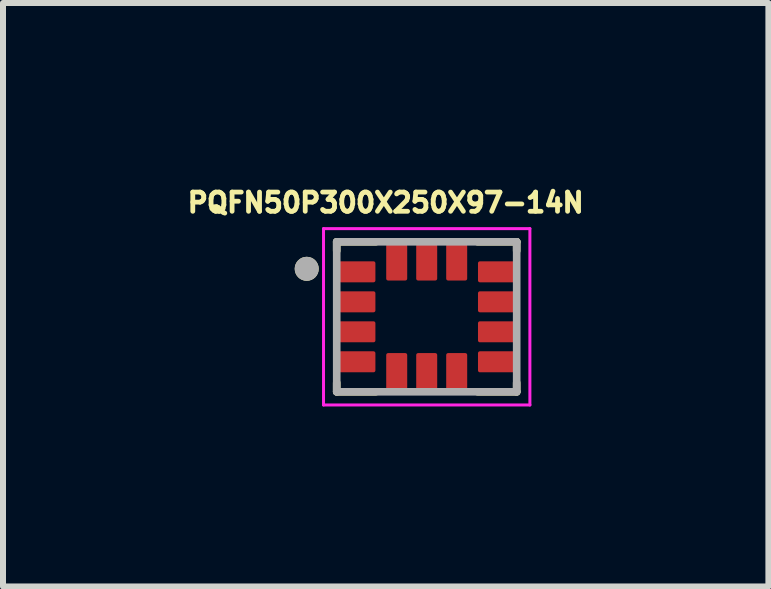
<source format=kicad_pcb>
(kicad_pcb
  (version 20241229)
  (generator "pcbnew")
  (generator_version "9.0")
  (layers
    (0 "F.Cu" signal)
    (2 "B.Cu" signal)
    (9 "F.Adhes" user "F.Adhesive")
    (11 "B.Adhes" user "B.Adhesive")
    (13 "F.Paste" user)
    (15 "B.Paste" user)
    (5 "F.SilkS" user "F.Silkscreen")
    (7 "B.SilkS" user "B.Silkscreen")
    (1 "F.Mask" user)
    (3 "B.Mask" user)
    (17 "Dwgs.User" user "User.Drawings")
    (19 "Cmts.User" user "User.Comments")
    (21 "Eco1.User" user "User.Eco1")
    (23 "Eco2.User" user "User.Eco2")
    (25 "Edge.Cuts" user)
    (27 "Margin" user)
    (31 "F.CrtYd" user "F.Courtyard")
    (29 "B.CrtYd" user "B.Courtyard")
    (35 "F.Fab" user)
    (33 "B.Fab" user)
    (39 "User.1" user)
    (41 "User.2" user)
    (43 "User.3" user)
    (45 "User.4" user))
  (footprint "PQFN50P300X250X97-14N"
    (layer "F.Cu")
    (at 4.063 2.231)
    (property "Reference" "PQFN50P300X250X97-14N" (at -0.684 -1.903 0) (layer "F.SilkS") (effects (font (size 0.32 0.32) (thickness 0.15))))
    (attr through_hole)
    (fp_line (start -1.5 -1.25) (end -0.85 -1.25) (stroke (width 0.127) (type solid)) (layer "F.SilkS"))
    (fp_line (start -1.5 -1.1) (end -1.5 -1.25) (stroke (width 0.127) (type solid)) (layer "F.SilkS"))
    (fp_line (start -1.5 1.1) (end -1.5 1.25) (stroke (width 0.127) (type solid)) (layer "F.SilkS"))
    (fp_line (start -1.5 1.25) (end -0.85 1.25) (stroke (width 0.127) (type solid)) (layer "F.SilkS"))
    (fp_line (start 0.85 -1.25) (end 1.5 -1.25) (stroke (width 0.127) (type solid)) (layer "F.SilkS"))
    (fp_line (start 1.5 -1.25) (end 1.5 -1.1) (stroke (width 0.127) (type solid)) (layer "F.SilkS"))
    (fp_line (start 1.5 1.1) (end 1.5 1.25) (stroke (width 0.127) (type solid)) (layer "F.SilkS"))
    (fp_line (start 1.5 1.25) (end 0.85 1.25) (stroke (width 0.127) (type solid)) (layer "F.SilkS"))
    (fp_circle (center -2 -0.8) (end -1.9 -0.8) (stroke (width 0.2) (type solid)) (fill no) (layer "F.SilkS"))
    (fp_line (start -1.72 -1.47) (end 1.72 -1.47) (stroke (width 0.05) (type solid)) (layer "F.CrtYd"))
    (fp_line (start -1.72 1.47) (end -1.72 -1.47) (stroke (width 0.05) (type solid)) (layer "F.CrtYd"))
    (fp_line (start 1.72 -1.47) (end 1.72 1.47) (stroke (width 0.05) (type solid)) (layer "F.CrtYd"))
    (fp_line (start 1.72 1.47) (end -1.72 1.47) (stroke (width 0.05) (type solid)) (layer "F.CrtYd"))
    (fp_line (start -1.5 -1.25) (end 1.5 -1.25) (stroke (width 0.127) (type solid)) (layer "F.Fab"))
    (fp_line (start -1.5 1.25) (end -1.5 -1.25) (stroke (width 0.127) (type solid)) (layer "F.Fab"))
    (fp_line (start 1.5 -1.25) (end 1.5 1.25) (stroke (width 0.127) (type solid)) (layer "F.Fab"))
    (fp_line (start 1.5 1.25) (end -1.5 1.25) (stroke (width 0.127) (type solid)) (layer "F.Fab"))
    (fp_circle (center -2 -0.8) (end -1.9 -0.8) (stroke (width 0.2) (type solid)) (fill no) (layer "F.Fab"))
    (pad "1" smd roundrect (at -1.16 -0.75) (size 0.61 0.35) (layers "F.Cu" "F.Mask" "F.Paste") (roundrect_rratio 0.09))
    (pad "2" smd roundrect (at -1.16 -0.25) (size 0.61 0.35) (layers "F.Cu" "F.Mask" "F.Paste") (roundrect_rratio 0.09))
    (pad "3" smd roundrect (at -1.16 0.25) (size 0.61 0.35) (layers "F.Cu" "F.Mask" "F.Paste") (roundrect_rratio 0.09))
    (pad "4" smd roundrect (at -1.16 0.75) (size 0.61 0.35) (layers "F.Cu" "F.Mask" "F.Paste") (roundrect_rratio 0.09))
    (pad "5" smd roundrect (at -0.5 0.91) (size 0.35 0.61) (layers "F.Cu" "F.Mask" "F.Paste") (roundrect_rratio 0.09))
    (pad "6" smd roundrect (at 0 0.91) (size 0.35 0.61) (layers "F.Cu" "F.Mask" "F.Paste") (roundrect_rratio 0.09))
    (pad "7" smd roundrect (at 0.5 0.91) (size 0.35 0.61) (layers "F.Cu" "F.Mask" "F.Paste") (roundrect_rratio 0.09))
    (pad "8" smd roundrect (at 1.16 0.75) (size 0.61 0.35) (layers "F.Cu" "F.Mask" "F.Paste") (roundrect_rratio 0.09))
    (pad "9" smd roundrect (at 1.16 0.25) (size 0.61 0.35) (layers "F.Cu" "F.Mask" "F.Paste") (roundrect_rratio 0.09))
    (pad "10" smd roundrect (at 1.16 -0.25) (size 0.61 0.35) (layers "F.Cu" "F.Mask" "F.Paste") (roundrect_rratio 0.09))
    (pad "11" smd roundrect (at 1.16 -0.75) (size 0.61 0.35) (layers "F.Cu" "F.Mask" "F.Paste") (roundrect_rratio 0.09))
    (pad "12" smd roundrect (at 0.5 -0.91) (size 0.35 0.61) (layers "F.Cu" "F.Mask" "F.Paste") (roundrect_rratio 0.09))
    (pad "13" smd roundrect (at 0 -0.91) (size 0.35 0.61) (layers "F.Cu" "F.Mask" "F.Paste") (roundrect_rratio 0.09))
    (pad "14" smd roundrect (at -0.5 -0.91) (size 0.35 0.61) (layers "F.Cu" "F.Mask" "F.Paste") (roundrect_rratio 0.09)))
  (gr_rect
    (start -3 -3)
    (end 9.759 6.726)
    (stroke (width 0.1) (type default))
    (fill no)
    (layer "Edge.Cuts")))
</source>
